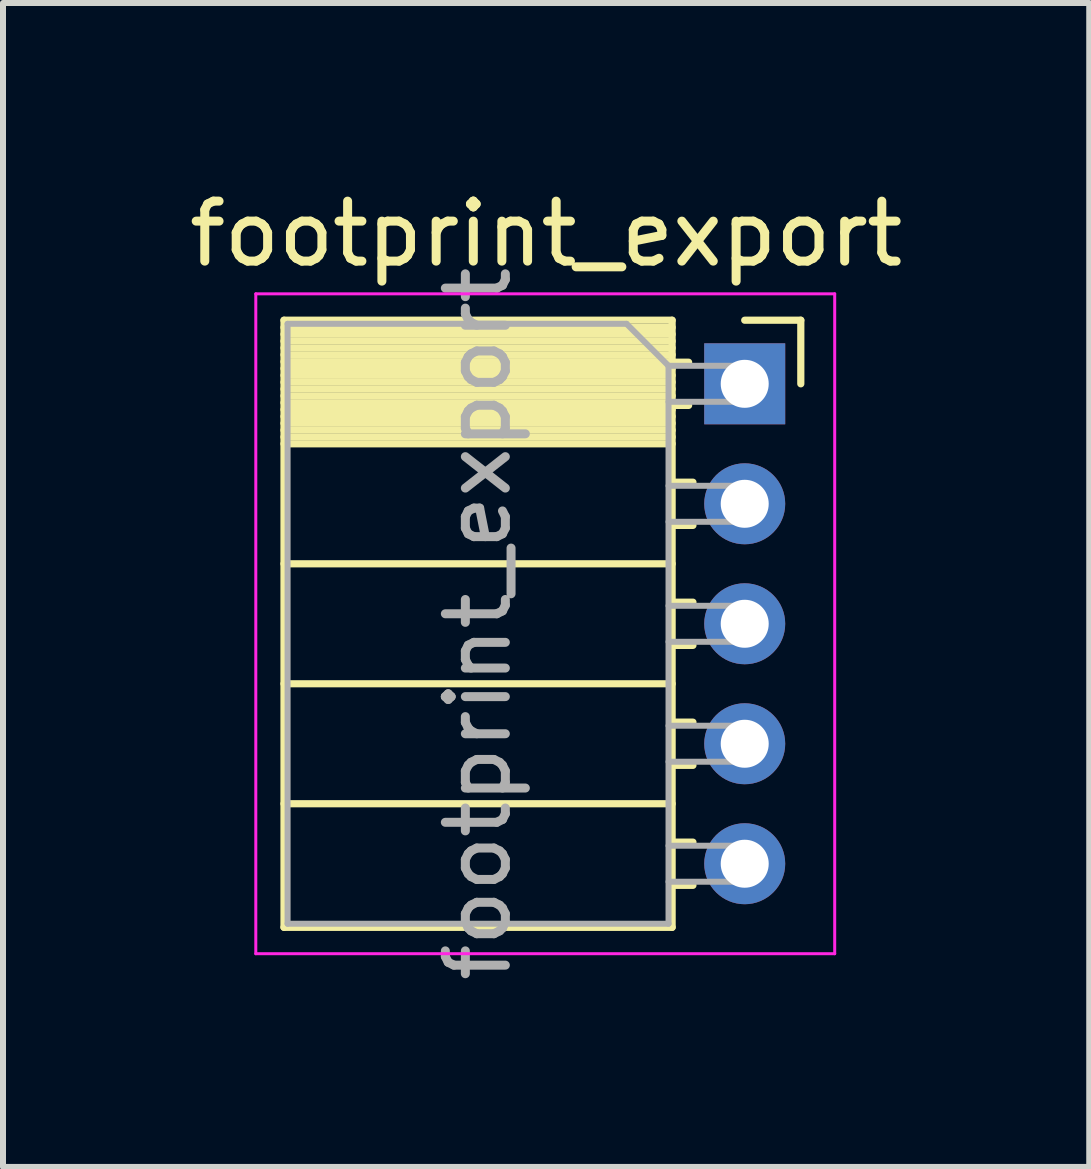
<source format=kicad_pcb>
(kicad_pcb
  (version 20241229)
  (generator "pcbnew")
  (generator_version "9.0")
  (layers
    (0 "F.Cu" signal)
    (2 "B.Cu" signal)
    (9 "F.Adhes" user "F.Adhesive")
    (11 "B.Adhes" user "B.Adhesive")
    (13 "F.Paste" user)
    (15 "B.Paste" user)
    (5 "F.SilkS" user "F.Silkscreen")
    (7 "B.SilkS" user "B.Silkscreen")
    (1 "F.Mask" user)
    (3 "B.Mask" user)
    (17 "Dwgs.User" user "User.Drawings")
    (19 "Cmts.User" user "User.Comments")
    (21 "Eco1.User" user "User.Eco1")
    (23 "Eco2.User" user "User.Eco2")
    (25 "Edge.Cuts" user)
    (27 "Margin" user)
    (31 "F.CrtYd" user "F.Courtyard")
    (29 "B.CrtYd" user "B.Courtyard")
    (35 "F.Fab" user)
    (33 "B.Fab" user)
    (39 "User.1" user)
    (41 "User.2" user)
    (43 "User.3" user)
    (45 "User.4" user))
  (footprint "footprint_export"
    (layer "F.Cu")
    (at 9.364 3.348)
    (property "Reference" "footprint_export" (at -3.31 -2.5 0) (layer "F.SilkS") (effects (font (size 1 1) (thickness 0.15))))
    (attr through_hole)
    (fp_line (start -7.68 -1.06) (end -7.68 9.06) (stroke (width 0.12) (type solid)) (layer "F.SilkS"))
    (fp_line (start -7.68 -1.06) (end -1.21 -1.06) (stroke (width 0.12) (type solid)) (layer "F.SilkS"))
    (fp_line (start -7.68 -0.94) (end -1.21 -0.94) (stroke (width 0.12) (type solid)) (layer "F.SilkS"))
    (fp_line (start -7.68 -0.826) (end -1.21 -0.826) (stroke (width 0.12) (type solid)) (layer "F.SilkS"))
    (fp_line (start -7.68 -0.712) (end -1.21 -0.712) (stroke (width 0.12) (type solid)) (layer "F.SilkS"))
    (fp_line (start -7.68 -0.598) (end -1.21 -0.598) (stroke (width 0.12) (type solid)) (layer "F.SilkS"))
    (fp_line (start -7.68 -0.484) (end -1.21 -0.484) (stroke (width 0.12) (type solid)) (layer "F.SilkS"))
    (fp_line (start -7.68 -0.369) (end -1.21 -0.369) (stroke (width 0.12) (type solid)) (layer "F.SilkS"))
    (fp_line (start -7.68 -0.255) (end -1.21 -0.255) (stroke (width 0.12) (type solid)) (layer "F.SilkS"))
    (fp_line (start -7.68 -0.141) (end -1.21 -0.141) (stroke (width 0.12) (type solid)) (layer "F.SilkS"))
    (fp_line (start -7.68 -0.027) (end -1.21 -0.027) (stroke (width 0.12) (type solid)) (layer "F.SilkS"))
    (fp_line (start -7.68 0.087) (end -1.21 0.087) (stroke (width 0.12) (type solid)) (layer "F.SilkS"))
    (fp_line (start -7.68 0.201) (end -1.21 0.201) (stroke (width 0.12) (type solid)) (layer "F.SilkS"))
    (fp_line (start -7.68 0.315) (end -1.21 0.315) (stroke (width 0.12) (type solid)) (layer "F.SilkS"))
    (fp_line (start -7.68 0.429) (end -1.21 0.429) (stroke (width 0.12) (type solid)) (layer "F.SilkS"))
    (fp_line (start -7.68 0.544) (end -1.21 0.544) (stroke (width 0.12) (type solid)) (layer "F.SilkS"))
    (fp_line (start -7.68 0.658) (end -1.21 0.658) (stroke (width 0.12) (type solid)) (layer "F.SilkS"))
    (fp_line (start -7.68 0.772) (end -1.21 0.772) (stroke (width 0.12) (type solid)) (layer "F.SilkS"))
    (fp_line (start -7.68 0.886) (end -1.21 0.886) (stroke (width 0.12) (type solid)) (layer "F.SilkS"))
    (fp_line (start -7.68 1) (end -1.21 1) (stroke (width 0.12) (type solid)) (layer "F.SilkS"))
    (fp_line (start -7.68 3) (end -1.21 3) (stroke (width 0.12) (type solid)) (layer "F.SilkS"))
    (fp_line (start -7.68 5) (end -1.21 5) (stroke (width 0.12) (type solid)) (layer "F.SilkS"))
    (fp_line (start -7.68 7) (end -1.21 7) (stroke (width 0.12) (type solid)) (layer "F.SilkS"))
    (fp_line (start -7.68 9.06) (end -1.21 9.06) (stroke (width 0.12) (type solid)) (layer "F.SilkS"))
    (fp_line (start -1.21 -1.06) (end -1.21 9.06) (stroke (width 0.12) (type solid)) (layer "F.SilkS"))
    (fp_line (start -1.21 -0.36) (end -0.935 -0.36) (stroke (width 0.12) (type solid)) (layer "F.SilkS"))
    (fp_line (start -1.21 0.36) (end -0.935 0.36) (stroke (width 0.12) (type solid)) (layer "F.SilkS"))
    (fp_line (start -1.21 1.64) (end -0.863 1.64) (stroke (width 0.12) (type solid)) (layer "F.SilkS"))
    (fp_line (start -1.21 2.36) (end -0.863 2.36) (stroke (width 0.12) (type solid)) (layer "F.SilkS"))
    (fp_line (start -1.21 3.64) (end -0.863 3.64) (stroke (width 0.12) (type solid)) (layer "F.SilkS"))
    (fp_line (start -1.21 4.36) (end -0.863 4.36) (stroke (width 0.12) (type solid)) (layer "F.SilkS"))
    (fp_line (start -1.21 5.64) (end -0.863 5.64) (stroke (width 0.12) (type solid)) (layer "F.SilkS"))
    (fp_line (start -1.21 6.36) (end -0.863 6.36) (stroke (width 0.12) (type solid)) (layer "F.SilkS"))
    (fp_line (start -1.21 7.64) (end -0.863 7.64) (stroke (width 0.12) (type solid)) (layer "F.SilkS"))
    (fp_line (start -1.21 8.36) (end -0.863 8.36) (stroke (width 0.12) (type solid)) (layer "F.SilkS"))
    (fp_line (start 0 -1.06) (end 0.935 -1.06) (stroke (width 0.12) (type solid)) (layer "F.SilkS"))
    (fp_line (start 0.935 -1.06) (end 0.935 0) (stroke (width 0.12) (type solid)) (layer "F.SilkS"))
    (fp_line (start -8.15 -1.5) (end -8.15 9.5) (stroke (width 0.05) (type solid)) (layer "F.CrtYd"))
    (fp_line (start -8.15 9.5) (end 1.5 9.5) (stroke (width 0.05) (type solid)) (layer "F.CrtYd"))
    (fp_line (start 1.5 -1.5) (end -8.15 -1.5) (stroke (width 0.05) (type solid)) (layer "F.CrtYd"))
    (fp_line (start 1.5 9.5) (end 1.5 -1.5) (stroke (width 0.05) (type solid)) (layer "F.CrtYd"))
    (fp_line (start -7.62 -1) (end -1.97 -1) (stroke (width 0.1) (type solid)) (layer "F.Fab"))
    (fp_line (start -7.62 9) (end -7.62 -1) (stroke (width 0.1) (type solid)) (layer "F.Fab"))
    (fp_line (start -1.97 -1) (end -1.27 -0.3) (stroke (width 0.1) (type solid)) (layer "F.Fab"))
    (fp_line (start -1.27 -0.3) (end -1.27 9) (stroke (width 0.1) (type solid)) (layer "F.Fab"))
    (fp_line (start -1.27 0.3) (end 0 0.3) (stroke (width 0.1) (type solid)) (layer "F.Fab"))
    (fp_line (start -1.27 2.3) (end 0 2.3) (stroke (width 0.1) (type solid)) (layer "F.Fab"))
    (fp_line (start -1.27 4.3) (end 0 4.3) (stroke (width 0.1) (type solid)) (layer "F.Fab"))
    (fp_line (start -1.27 6.3) (end 0 6.3) (stroke (width 0.1) (type solid)) (layer "F.Fab"))
    (fp_line (start -1.27 8.3) (end 0 8.3) (stroke (width 0.1) (type solid)) (layer "F.Fab"))
    (fp_line (start -1.27 9) (end -7.62 9) (stroke (width 0.1) (type solid)) (layer "F.Fab"))
    (fp_line (start 0 -0.3) (end -1.27 -0.3) (stroke (width 0.1) (type solid)) (layer "F.Fab"))
    (fp_line (start 0 0.3) (end 0 -0.3) (stroke (width 0.1) (type solid)) (layer "F.Fab"))
    (fp_line (start 0 1.7) (end -1.27 1.7) (stroke (width 0.1) (type solid)) (layer "F.Fab"))
    (fp_line (start 0 2.3) (end 0 1.7) (stroke (width 0.1) (type solid)) (layer "F.Fab"))
    (fp_line (start 0 3.7) (end -1.27 3.7) (stroke (width 0.1) (type solid)) (layer "F.Fab"))
    (fp_line (start 0 4.3) (end 0 3.7) (stroke (width 0.1) (type solid)) (layer "F.Fab"))
    (fp_line (start 0 5.7) (end -1.27 5.7) (stroke (width 0.1) (type solid)) (layer "F.Fab"))
    (fp_line (start 0 6.3) (end 0 5.7) (stroke (width 0.1) (type solid)) (layer "F.Fab"))
    (fp_line (start 0 7.7) (end -1.27 7.7) (stroke (width 0.1) (type solid)) (layer "F.Fab"))
    (fp_line (start 0 8.3) (end 0 7.7) (stroke (width 0.1) (type solid)) (layer "F.Fab"))
    (fp_text user "${REFERENCE}" (at -4.445 4 90) (layer "F.Fab") (effects (font (size 1 1) (thickness 0.15))))
    (pad "1" thru_hole rect (at 0 0) (size 1.35 1.35) (drill 0.8) (layers "*.Cu" "*.Mask"))
    (pad "2" thru_hole oval (at 0 2) (size 1.35 1.35) (drill 0.8) (layers "*.Cu" "*.Mask"))
    (pad "3" thru_hole oval (at 0 4) (size 1.35 1.35) (drill 0.8) (layers "*.Cu" "*.Mask"))
    (pad "4" thru_hole oval (at 0 6) (size 1.35 1.35) (drill 0.8) (layers "*.Cu" "*.Mask"))
    (pad "5" thru_hole oval (at 0 8) (size 1.35 1.35) (drill 0.8) (layers "*.Cu" "*.Mask")))
  (gr_rect
    (start -3 -3)
    (end 15.107 16.402)
    (stroke (width 0.1) (type default))
    (fill no)
    (layer "Edge.Cuts")))
</source>
